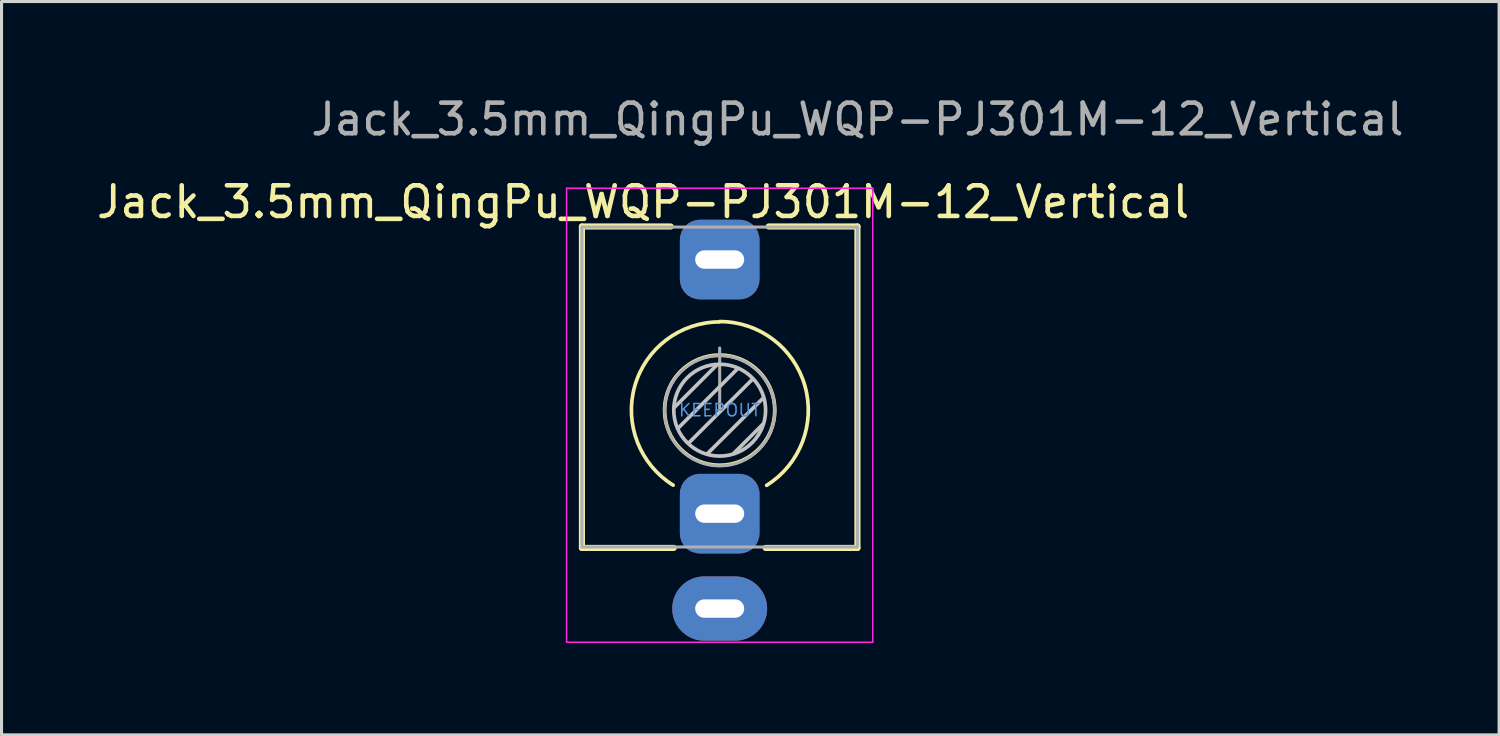
<source format=kicad_pcb>
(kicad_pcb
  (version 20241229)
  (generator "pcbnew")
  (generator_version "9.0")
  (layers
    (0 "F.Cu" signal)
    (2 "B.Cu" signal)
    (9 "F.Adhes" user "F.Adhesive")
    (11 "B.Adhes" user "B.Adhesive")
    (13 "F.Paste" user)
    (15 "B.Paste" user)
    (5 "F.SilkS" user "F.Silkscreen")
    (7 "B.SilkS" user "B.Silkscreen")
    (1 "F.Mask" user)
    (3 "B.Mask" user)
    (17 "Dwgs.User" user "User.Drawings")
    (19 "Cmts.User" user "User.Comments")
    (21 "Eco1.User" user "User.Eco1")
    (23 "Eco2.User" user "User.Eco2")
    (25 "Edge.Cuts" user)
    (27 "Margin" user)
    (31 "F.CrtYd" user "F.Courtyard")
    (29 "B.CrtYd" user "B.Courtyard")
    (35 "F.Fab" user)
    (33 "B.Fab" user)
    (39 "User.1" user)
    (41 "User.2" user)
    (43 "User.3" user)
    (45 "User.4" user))
  (footprint "Jack_3.5mm_QingPu_WQP-PJ301M-12_Vertical"
    (layer "F.Cu")
    (at 20.458 10.348)
    (property "Reference" "Jack_3.5mm_QingPu_WQP-PJ301M-12_Vertical" (at -2.5 -6.8 0) (layer "F.SilkS") (effects (font (size 1 1) (thickness 0.15))))
    (attr through_hole)
    (fp_line (start -4.5 -6) (end -1.6 -6) (stroke (width 0.2) (type solid)) (layer "F.SilkS"))
    (fp_line (start -4.5 4.5) (end -4.5 -6) (stroke (width 0.2) (type solid)) (layer "F.SilkS"))
    (fp_line (start -4.5 4.5) (end -1.5 4.5) (stroke (width 0.2) (type solid)) (layer "F.SilkS"))
    (fp_line (start 1.5 4.5) (end 4.5 4.5) (stroke (width 0.2) (type solid)) (layer "F.SilkS"))
    (fp_line (start 1.6 -6) (end 4.5 -6) (stroke (width 0.2) (type solid)) (layer "F.SilkS"))
    (fp_line (start 4.5 4.5) (end 4.5 -6) (stroke (width 0.2) (type solid)) (layer "F.SilkS"))
    (fp_arc (start -1.52 2.45) (mid -2.774061 -0.785804) (end -0.009274 -2.883195) (stroke (width 0.12) (type solid)) (layer "F.SilkS"))
    (fp_arc (start 0 -2.895) (mid 2.782853 -0.79797) (end 1.534116 2.455099) (stroke (width 0.12) (type solid)) (layer "F.SilkS"))
    (fp_circle (center 0 0) (end -1.8 0) (stroke (width 0.12) (type solid)) (fill no) (layer "F.SilkS"))
    (fp_line (start -0.09 -1.48) (end -1.48 -0.09) (stroke (width 0.12) (type solid)) (layer "Dwgs.User"))
    (fp_line (start 0.58 -1.35) (end -1.36 0.59) (stroke (width 0.12) (type solid)) (layer "Dwgs.User"))
    (fp_line (start 1.07 -1.01) (end -1.01 1.07) (stroke (width 0.12) (type solid)) (layer "Dwgs.User"))
    (fp_line (start 1.41 0.46) (end 0.46 1.41) (stroke (width 0.12) (type solid)) (layer "Dwgs.User"))
    (fp_line (start 1.42 -0.395) (end -0.4 1.42) (stroke (width 0.12) (type solid)) (layer "Dwgs.User"))
    (fp_circle (center 0 0) (end -1.5 0) (stroke (width 0.12) (type solid)) (fill no) (layer "Dwgs.User"))
    (fp_line (start -5 -7.25) (end -5 7.58) (stroke (width 0.05) (type solid)) (layer "F.CrtYd"))
    (fp_line (start -5 -7.25) (end 5 -7.25) (stroke (width 0.05) (type solid)) (layer "F.CrtYd"))
    (fp_line (start -5 7.58) (end 5 7.58) (stroke (width 0.05) (type solid)) (layer "F.CrtYd"))
    (fp_line (start 5 -7.25) (end 5 7.58) (stroke (width 0.05) (type solid)) (layer "F.CrtYd"))
    (fp_line (start -4.5 -5.98) (end -4.5 4.42) (stroke (width 0.1) (type solid)) (layer "F.Fab"))
    (fp_line (start -4.5 -5.98) (end 4.5 -5.98) (stroke (width 0.1) (type solid)) (layer "F.Fab"))
    (fp_line (start -4.5 4.47) (end 4.5 4.47) (stroke (width 0.1) (type solid)) (layer "F.Fab"))
    (fp_line (start 0 0) (end 0 -2.03) (stroke (width 0.1) (type solid)) (layer "F.Fab"))
    (fp_line (start 4.5 -5.98) (end 4.5 4.42) (stroke (width 0.1) (type solid)) (layer "F.Fab"))
    (fp_circle (center 0 0.02) (end -1.8 0.02) (stroke (width 0.1) (type solid)) (fill no) (layer "F.Fab"))
    (fp_text user "KEEPOUT" (at 0 0 180) (layer "Cmts.User") (effects (font (size 0.4 0.4) (thickness 0.051))))
    (fp_text user "${REFERENCE}" (at 4.5 -9.5 0) (layer "F.Fab") (effects (font (size 1 1) (thickness 0.15))))
    (pad "S" thru_hole oval (at 0 6.48) (size 3.1 2.1) (drill oval 1.6 0.6) (layers "*.Cu" "*.Mask"))
    (pad "T" thru_hole roundrect (at 0 -4.92) (size 2.6 2.6) (drill oval 1.6 0.6) (layers "*.Cu" "*.Mask") (roundrect_rratio 0.25))
    (pad "TN" thru_hole roundrect (at 0 3.38) (size 2.6 2.6) (drill oval 1.6 0.6) (layers "*.Cu" "*.Mask") (roundrect_rratio 0.25)))
  (gr_rect
    (start -3 -3)
    (end 45.917 20.953)
    (stroke (width 0.1) (type default))
    (fill no)
    (layer "Edge.Cuts")))
</source>
